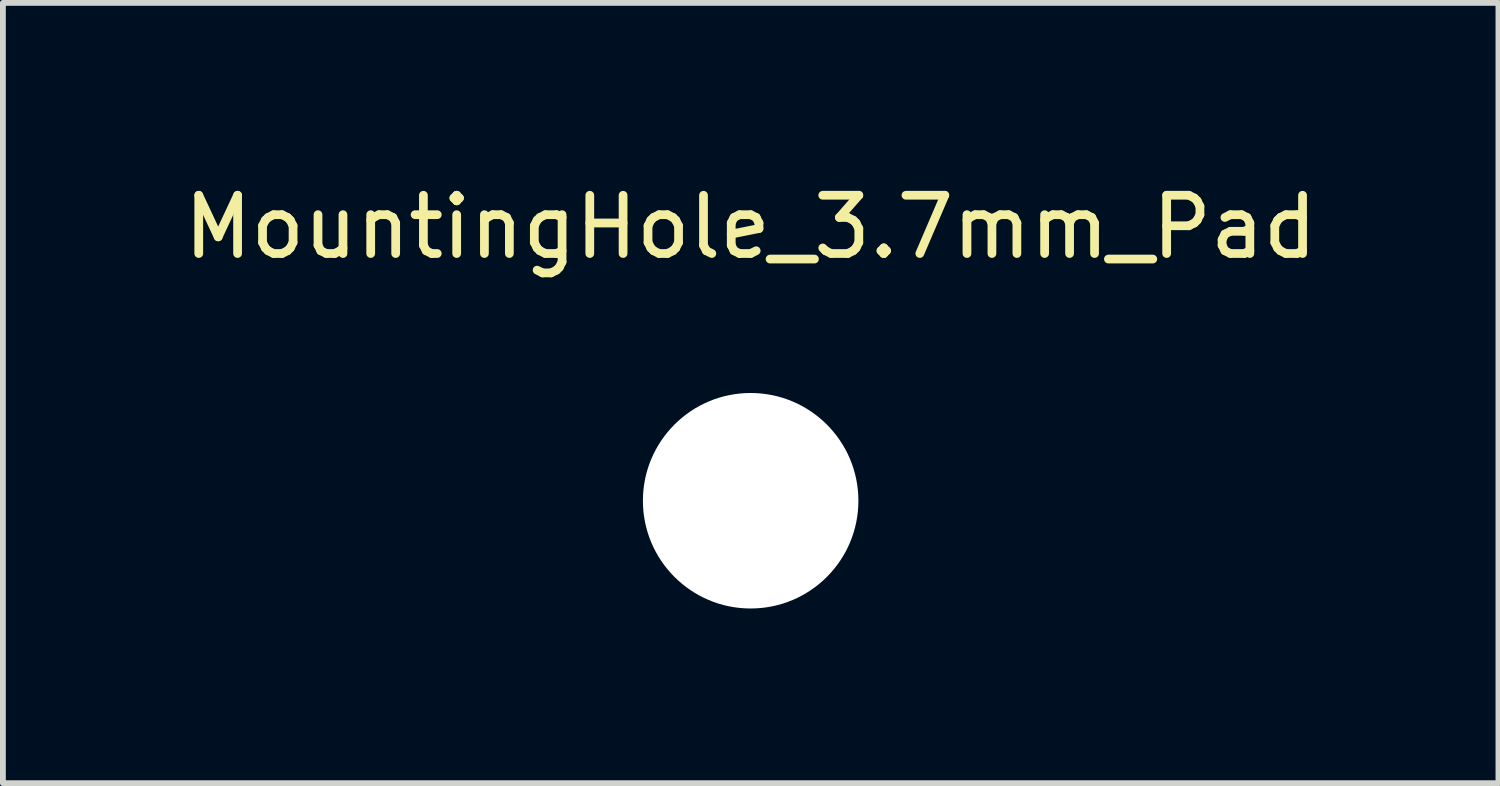
<source format=kicad_pcb>
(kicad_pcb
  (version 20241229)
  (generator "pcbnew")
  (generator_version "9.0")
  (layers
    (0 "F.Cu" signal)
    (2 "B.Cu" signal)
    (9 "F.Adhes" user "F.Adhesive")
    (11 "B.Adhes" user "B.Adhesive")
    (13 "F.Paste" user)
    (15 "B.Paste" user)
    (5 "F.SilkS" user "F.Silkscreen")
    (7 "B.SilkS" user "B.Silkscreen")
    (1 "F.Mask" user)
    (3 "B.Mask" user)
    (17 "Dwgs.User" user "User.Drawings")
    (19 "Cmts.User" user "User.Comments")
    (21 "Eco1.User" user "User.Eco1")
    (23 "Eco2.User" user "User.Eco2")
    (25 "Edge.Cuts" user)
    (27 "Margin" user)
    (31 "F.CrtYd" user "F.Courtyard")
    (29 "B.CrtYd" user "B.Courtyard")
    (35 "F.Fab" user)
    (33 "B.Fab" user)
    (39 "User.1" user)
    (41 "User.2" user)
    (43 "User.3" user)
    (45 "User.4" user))
  (footprint "MountingHole_3.7mm_Pad"
    (layer "F.Cu")
    (at 9.839 5.548)
    (property "Reference" "MountingHole_3.7mm_Pad" (at 0 -4.7 0) (layer "F.SilkS") (effects (font (size 1 1) (thickness 0.15))))
    (attr through_hole)
    (pad "" np_thru_hole circle (at 0 0) (size 3.7 3.7) (drill 3.7) (layers "*.Cu" "*.Mask")))
  (gr_rect
    (start -3 -3)
    (end 22.679 10.398)
    (stroke (width 0.1) (type default))
    (fill no)
    (layer "Edge.Cuts")))
</source>
